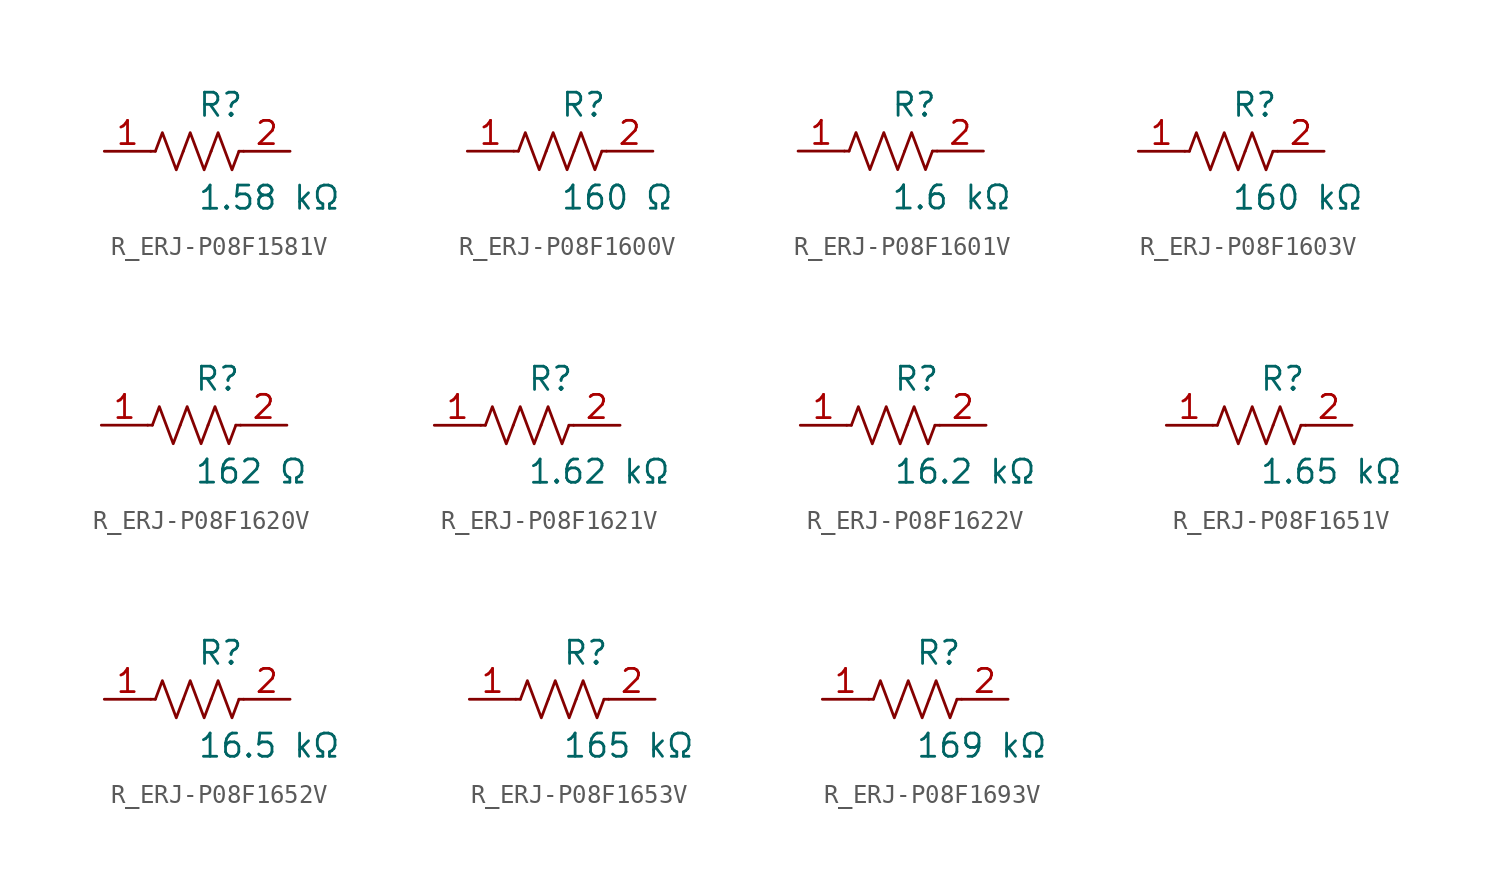
<source format=kicad_sym>
(kicad_symbol_lib
  (version 20231120)
  (generator kicad_symbol_editor)
  (generator_version 8.0)
  (symbol "R_ERJ-P08F1581V"
    (pin_names
      (offset 0.254))
    (property "Reference" "R"
      (at 0.0 2.54 0)
      (effects (font (size 1.27 1.27)) (justify left)))
    (property "Value" "1.58 kΩ"
      (at 0.0 -2.54 0)
      (effects (font (size 1.27 1.27)) (justify left)))
    (symbol "R_ERJ-P08F1581V_0_1"
      (polyline (pts (xy 2.286 0) (xy 2.54 0)) (stroke (width 0) (type default)) (fill (type none)))
      (polyline (pts (xy -2.286 0) (xy -2.54 0)) (stroke (width 0) (type default)) (fill (type none)))
      (polyline (pts (xy 0.762 0) (xy 1.143 1.016) (xy 1.524 0) (xy 1.905 -1.016) (xy 2.286 0)) (stroke (width 0) (type default)) (fill (type none)))
      (polyline (pts (xy -0.762 0) (xy -0.381 1.016) (xy 0 0) (xy 0.381 -1.016) (xy 0.762 0)) (stroke (width 0) (type default)) (fill (type none)))
      (polyline (pts (xy -2.286 0) (xy -1.905 1.016) (xy -1.524 0) (xy -1.143 -1.016) (xy -0.762 0)) (stroke (width 0) (type default)) (fill (type none))))
    (pin unspecified line
      (at -5.08 0 0)
      (length 2.54)
      (name "" (effects (font (size 1.27 1.27))))
      (number "1" (effects (font (size 1.27 1.27)))))
    (pin unspecified line
      (at 5.08 0 180)
      (length 2.54)
      (name "" (effects (font (size 1.27 1.27))))
      (number "2" (effects (font (size 1.27 1.27))))))
  (symbol "R_ERJ-P08F1600V"
    (pin_names
      (offset 0.254))
    (property "Reference" "R"
      (at 0.0 2.54 0)
      (effects (font (size 1.27 1.27)) (justify left)))
    (property "Value" "160 Ω"
      (at 0.0 -2.54 0)
      (effects (font (size 1.27 1.27)) (justify left)))
    (symbol "R_ERJ-P08F1600V_0_1"
      (polyline (pts (xy 2.286 0) (xy 2.54 0)) (stroke (width 0) (type default)) (fill (type none)))
      (polyline (pts (xy -2.286 0) (xy -2.54 0)) (stroke (width 0) (type default)) (fill (type none)))
      (polyline (pts (xy 0.762 0) (xy 1.143 1.016) (xy 1.524 0) (xy 1.905 -1.016) (xy 2.286 0)) (stroke (width 0) (type default)) (fill (type none)))
      (polyline (pts (xy -0.762 0) (xy -0.381 1.016) (xy 0 0) (xy 0.381 -1.016) (xy 0.762 0)) (stroke (width 0) (type default)) (fill (type none)))
      (polyline (pts (xy -2.286 0) (xy -1.905 1.016) (xy -1.524 0) (xy -1.143 -1.016) (xy -0.762 0)) (stroke (width 0) (type default)) (fill (type none))))
    (pin unspecified line
      (at -5.08 0 0)
      (length 2.54)
      (name "" (effects (font (size 1.27 1.27))))
      (number "1" (effects (font (size 1.27 1.27)))))
    (pin unspecified line
      (at 5.08 0 180)
      (length 2.54)
      (name "" (effects (font (size 1.27 1.27))))
      (number "2" (effects (font (size 1.27 1.27))))))
  (symbol "R_ERJ-P08F1601V"
    (pin_names
      (offset 0.254))
    (property "Reference" "R"
      (at 0.0 2.54 0)
      (effects (font (size 1.27 1.27)) (justify left)))
    (property "Value" "1.6 kΩ"
      (at 0.0 -2.54 0)
      (effects (font (size 1.27 1.27)) (justify left)))
    (symbol "R_ERJ-P08F1601V_0_1"
      (polyline (pts (xy 2.286 0) (xy 2.54 0)) (stroke (width 0) (type default)) (fill (type none)))
      (polyline (pts (xy -2.286 0) (xy -2.54 0)) (stroke (width 0) (type default)) (fill (type none)))
      (polyline (pts (xy 0.762 0) (xy 1.143 1.016) (xy 1.524 0) (xy 1.905 -1.016) (xy 2.286 0)) (stroke (width 0) (type default)) (fill (type none)))
      (polyline (pts (xy -0.762 0) (xy -0.381 1.016) (xy 0 0) (xy 0.381 -1.016) (xy 0.762 0)) (stroke (width 0) (type default)) (fill (type none)))
      (polyline (pts (xy -2.286 0) (xy -1.905 1.016) (xy -1.524 0) (xy -1.143 -1.016) (xy -0.762 0)) (stroke (width 0) (type default)) (fill (type none))))
    (pin unspecified line
      (at -5.08 0 0)
      (length 2.54)
      (name "" (effects (font (size 1.27 1.27))))
      (number "1" (effects (font (size 1.27 1.27)))))
    (pin unspecified line
      (at 5.08 0 180)
      (length 2.54)
      (name "" (effects (font (size 1.27 1.27))))
      (number "2" (effects (font (size 1.27 1.27))))))
  (symbol "R_ERJ-P08F1603V"
    (pin_names
      (offset 0.254))
    (property "Reference" "R"
      (at 0.0 2.54 0)
      (effects (font (size 1.27 1.27)) (justify left)))
    (property "Value" "160 kΩ"
      (at 0.0 -2.54 0)
      (effects (font (size 1.27 1.27)) (justify left)))
    (symbol "R_ERJ-P08F1603V_0_1"
      (polyline (pts (xy 2.286 0) (xy 2.54 0)) (stroke (width 0) (type default)) (fill (type none)))
      (polyline (pts (xy -2.286 0) (xy -2.54 0)) (stroke (width 0) (type default)) (fill (type none)))
      (polyline (pts (xy 0.762 0) (xy 1.143 1.016) (xy 1.524 0) (xy 1.905 -1.016) (xy 2.286 0)) (stroke (width 0) (type default)) (fill (type none)))
      (polyline (pts (xy -0.762 0) (xy -0.381 1.016) (xy 0 0) (xy 0.381 -1.016) (xy 0.762 0)) (stroke (width 0) (type default)) (fill (type none)))
      (polyline (pts (xy -2.286 0) (xy -1.905 1.016) (xy -1.524 0) (xy -1.143 -1.016) (xy -0.762 0)) (stroke (width 0) (type default)) (fill (type none))))
    (pin unspecified line
      (at -5.08 0 0)
      (length 2.54)
      (name "" (effects (font (size 1.27 1.27))))
      (number "1" (effects (font (size 1.27 1.27)))))
    (pin unspecified line
      (at 5.08 0 180)
      (length 2.54)
      (name "" (effects (font (size 1.27 1.27))))
      (number "2" (effects (font (size 1.27 1.27))))))
  (symbol "R_ERJ-P08F1620V"
    (pin_names
      (offset 0.254))
    (property "Reference" "R"
      (at 0.0 2.54 0)
      (effects (font (size 1.27 1.27)) (justify left)))
    (property "Value" "162 Ω"
      (at 0.0 -2.54 0)
      (effects (font (size 1.27 1.27)) (justify left)))
    (symbol "R_ERJ-P08F1620V_0_1"
      (polyline (pts (xy 2.286 0) (xy 2.54 0)) (stroke (width 0) (type default)) (fill (type none)))
      (polyline (pts (xy -2.286 0) (xy -2.54 0)) (stroke (width 0) (type default)) (fill (type none)))
      (polyline (pts (xy 0.762 0) (xy 1.143 1.016) (xy 1.524 0) (xy 1.905 -1.016) (xy 2.286 0)) (stroke (width 0) (type default)) (fill (type none)))
      (polyline (pts (xy -0.762 0) (xy -0.381 1.016) (xy 0 0) (xy 0.381 -1.016) (xy 0.762 0)) (stroke (width 0) (type default)) (fill (type none)))
      (polyline (pts (xy -2.286 0) (xy -1.905 1.016) (xy -1.524 0) (xy -1.143 -1.016) (xy -0.762 0)) (stroke (width 0) (type default)) (fill (type none))))
    (pin unspecified line
      (at -5.08 0 0)
      (length 2.54)
      (name "" (effects (font (size 1.27 1.27))))
      (number "1" (effects (font (size 1.27 1.27)))))
    (pin unspecified line
      (at 5.08 0 180)
      (length 2.54)
      (name "" (effects (font (size 1.27 1.27))))
      (number "2" (effects (font (size 1.27 1.27))))))
  (symbol "R_ERJ-P08F1621V"
    (pin_names
      (offset 0.254))
    (property "Reference" "R"
      (at 0.0 2.54 0)
      (effects (font (size 1.27 1.27)) (justify left)))
    (property "Value" "1.62 kΩ"
      (at 0.0 -2.54 0)
      (effects (font (size 1.27 1.27)) (justify left)))
    (symbol "R_ERJ-P08F1621V_0_1"
      (polyline (pts (xy 2.286 0) (xy 2.54 0)) (stroke (width 0) (type default)) (fill (type none)))
      (polyline (pts (xy -2.286 0) (xy -2.54 0)) (stroke (width 0) (type default)) (fill (type none)))
      (polyline (pts (xy 0.762 0) (xy 1.143 1.016) (xy 1.524 0) (xy 1.905 -1.016) (xy 2.286 0)) (stroke (width 0) (type default)) (fill (type none)))
      (polyline (pts (xy -0.762 0) (xy -0.381 1.016) (xy 0 0) (xy 0.381 -1.016) (xy 0.762 0)) (stroke (width 0) (type default)) (fill (type none)))
      (polyline (pts (xy -2.286 0) (xy -1.905 1.016) (xy -1.524 0) (xy -1.143 -1.016) (xy -0.762 0)) (stroke (width 0) (type default)) (fill (type none))))
    (pin unspecified line
      (at -5.08 0 0)
      (length 2.54)
      (name "" (effects (font (size 1.27 1.27))))
      (number "1" (effects (font (size 1.27 1.27)))))
    (pin unspecified line
      (at 5.08 0 180)
      (length 2.54)
      (name "" (effects (font (size 1.27 1.27))))
      (number "2" (effects (font (size 1.27 1.27))))))
  (symbol "R_ERJ-P08F1622V"
    (pin_names
      (offset 0.254))
    (property "Reference" "R"
      (at 0.0 2.54 0)
      (effects (font (size 1.27 1.27)) (justify left)))
    (property "Value" "16.2 kΩ"
      (at 0.0 -2.54 0)
      (effects (font (size 1.27 1.27)) (justify left)))
    (symbol "R_ERJ-P08F1622V_0_1"
      (polyline (pts (xy 2.286 0) (xy 2.54 0)) (stroke (width 0) (type default)) (fill (type none)))
      (polyline (pts (xy -2.286 0) (xy -2.54 0)) (stroke (width 0) (type default)) (fill (type none)))
      (polyline (pts (xy 0.762 0) (xy 1.143 1.016) (xy 1.524 0) (xy 1.905 -1.016) (xy 2.286 0)) (stroke (width 0) (type default)) (fill (type none)))
      (polyline (pts (xy -0.762 0) (xy -0.381 1.016) (xy 0 0) (xy 0.381 -1.016) (xy 0.762 0)) (stroke (width 0) (type default)) (fill (type none)))
      (polyline (pts (xy -2.286 0) (xy -1.905 1.016) (xy -1.524 0) (xy -1.143 -1.016) (xy -0.762 0)) (stroke (width 0) (type default)) (fill (type none))))
    (pin unspecified line
      (at -5.08 0 0)
      (length 2.54)
      (name "" (effects (font (size 1.27 1.27))))
      (number "1" (effects (font (size 1.27 1.27)))))
    (pin unspecified line
      (at 5.08 0 180)
      (length 2.54)
      (name "" (effects (font (size 1.27 1.27))))
      (number "2" (effects (font (size 1.27 1.27))))))
  (symbol "R_ERJ-P08F1651V"
    (pin_names
      (offset 0.254))
    (property "Reference" "R"
      (at 0.0 2.54 0)
      (effects (font (size 1.27 1.27)) (justify left)))
    (property "Value" "1.65 kΩ"
      (at 0.0 -2.54 0)
      (effects (font (size 1.27 1.27)) (justify left)))
    (symbol "R_ERJ-P08F1651V_0_1"
      (polyline (pts (xy 2.286 0) (xy 2.54 0)) (stroke (width 0) (type default)) (fill (type none)))
      (polyline (pts (xy -2.286 0) (xy -2.54 0)) (stroke (width 0) (type default)) (fill (type none)))
      (polyline (pts (xy 0.762 0) (xy 1.143 1.016) (xy 1.524 0) (xy 1.905 -1.016) (xy 2.286 0)) (stroke (width 0) (type default)) (fill (type none)))
      (polyline (pts (xy -0.762 0) (xy -0.381 1.016) (xy 0 0) (xy 0.381 -1.016) (xy 0.762 0)) (stroke (width 0) (type default)) (fill (type none)))
      (polyline (pts (xy -2.286 0) (xy -1.905 1.016) (xy -1.524 0) (xy -1.143 -1.016) (xy -0.762 0)) (stroke (width 0) (type default)) (fill (type none))))
    (pin unspecified line
      (at -5.08 0 0)
      (length 2.54)
      (name "" (effects (font (size 1.27 1.27))))
      (number "1" (effects (font (size 1.27 1.27)))))
    (pin unspecified line
      (at 5.08 0 180)
      (length 2.54)
      (name "" (effects (font (size 1.27 1.27))))
      (number "2" (effects (font (size 1.27 1.27))))))
  (symbol "R_ERJ-P08F1652V"
    (pin_names
      (offset 0.254))
    (property "Reference" "R"
      (at 0.0 2.54 0)
      (effects (font (size 1.27 1.27)) (justify left)))
    (property "Value" "16.5 kΩ"
      (at 0.0 -2.54 0)
      (effects (font (size 1.27 1.27)) (justify left)))
    (symbol "R_ERJ-P08F1652V_0_1"
      (polyline (pts (xy 2.286 0) (xy 2.54 0)) (stroke (width 0) (type default)) (fill (type none)))
      (polyline (pts (xy -2.286 0) (xy -2.54 0)) (stroke (width 0) (type default)) (fill (type none)))
      (polyline (pts (xy 0.762 0) (xy 1.143 1.016) (xy 1.524 0) (xy 1.905 -1.016) (xy 2.286 0)) (stroke (width 0) (type default)) (fill (type none)))
      (polyline (pts (xy -0.762 0) (xy -0.381 1.016) (xy 0 0) (xy 0.381 -1.016) (xy 0.762 0)) (stroke (width 0) (type default)) (fill (type none)))
      (polyline (pts (xy -2.286 0) (xy -1.905 1.016) (xy -1.524 0) (xy -1.143 -1.016) (xy -0.762 0)) (stroke (width 0) (type default)) (fill (type none))))
    (pin unspecified line
      (at -5.08 0 0)
      (length 2.54)
      (name "" (effects (font (size 1.27 1.27))))
      (number "1" (effects (font (size 1.27 1.27)))))
    (pin unspecified line
      (at 5.08 0 180)
      (length 2.54)
      (name "" (effects (font (size 1.27 1.27))))
      (number "2" (effects (font (size 1.27 1.27))))))
  (symbol "R_ERJ-P08F1653V"
    (pin_names
      (offset 0.254))
    (property "Reference" "R"
      (at 0.0 2.54 0)
      (effects (font (size 1.27 1.27)) (justify left)))
    (property "Value" "165 kΩ"
      (at 0.0 -2.54 0)
      (effects (font (size 1.27 1.27)) (justify left)))
    (symbol "R_ERJ-P08F1653V_0_1"
      (polyline (pts (xy 2.286 0) (xy 2.54 0)) (stroke (width 0) (type default)) (fill (type none)))
      (polyline (pts (xy -2.286 0) (xy -2.54 0)) (stroke (width 0) (type default)) (fill (type none)))
      (polyline (pts (xy 0.762 0) (xy 1.143 1.016) (xy 1.524 0) (xy 1.905 -1.016) (xy 2.286 0)) (stroke (width 0) (type default)) (fill (type none)))
      (polyline (pts (xy -0.762 0) (xy -0.381 1.016) (xy 0 0) (xy 0.381 -1.016) (xy 0.762 0)) (stroke (width 0) (type default)) (fill (type none)))
      (polyline (pts (xy -2.286 0) (xy -1.905 1.016) (xy -1.524 0) (xy -1.143 -1.016) (xy -0.762 0)) (stroke (width 0) (type default)) (fill (type none))))
    (pin unspecified line
      (at -5.08 0 0)
      (length 2.54)
      (name "" (effects (font (size 1.27 1.27))))
      (number "1" (effects (font (size 1.27 1.27)))))
    (pin unspecified line
      (at 5.08 0 180)
      (length 2.54)
      (name "" (effects (font (size 1.27 1.27))))
      (number "2" (effects (font (size 1.27 1.27))))))
  (symbol "R_ERJ-P08F1693V"
    (pin_names
      (offset 0.254))
    (property "Reference" "R"
      (at 0.0 2.54 0)
      (effects (font (size 1.27 1.27)) (justify left)))
    (property "Value" "169 kΩ"
      (at 0.0 -2.54 0)
      (effects (font (size 1.27 1.27)) (justify left)))
    (symbol "R_ERJ-P08F1693V_0_1"
      (polyline (pts (xy 2.286 0) (xy 2.54 0)) (stroke (width 0) (type default)) (fill (type none)))
      (polyline (pts (xy -2.286 0) (xy -2.54 0)) (stroke (width 0) (type default)) (fill (type none)))
      (polyline (pts (xy 0.762 0) (xy 1.143 1.016) (xy 1.524 0) (xy 1.905 -1.016) (xy 2.286 0)) (stroke (width 0) (type default)) (fill (type none)))
      (polyline (pts (xy -0.762 0) (xy -0.381 1.016) (xy 0 0) (xy 0.381 -1.016) (xy 0.762 0)) (stroke (width 0) (type default)) (fill (type none)))
      (polyline (pts (xy -2.286 0) (xy -1.905 1.016) (xy -1.524 0) (xy -1.143 -1.016) (xy -0.762 0)) (stroke (width 0) (type default)) (fill (type none))))
    (pin unspecified line
      (at -5.08 0 0)
      (length 2.54)
      (name "" (effects (font (size 1.27 1.27))))
      (number "1" (effects (font (size 1.27 1.27)))))
    (pin unspecified line
      (at 5.08 0 180)
      (length 2.54)
      (name "" (effects (font (size 1.27 1.27))))
      (number "2" (effects (font (size 1.27 1.27)))))))
</source>
